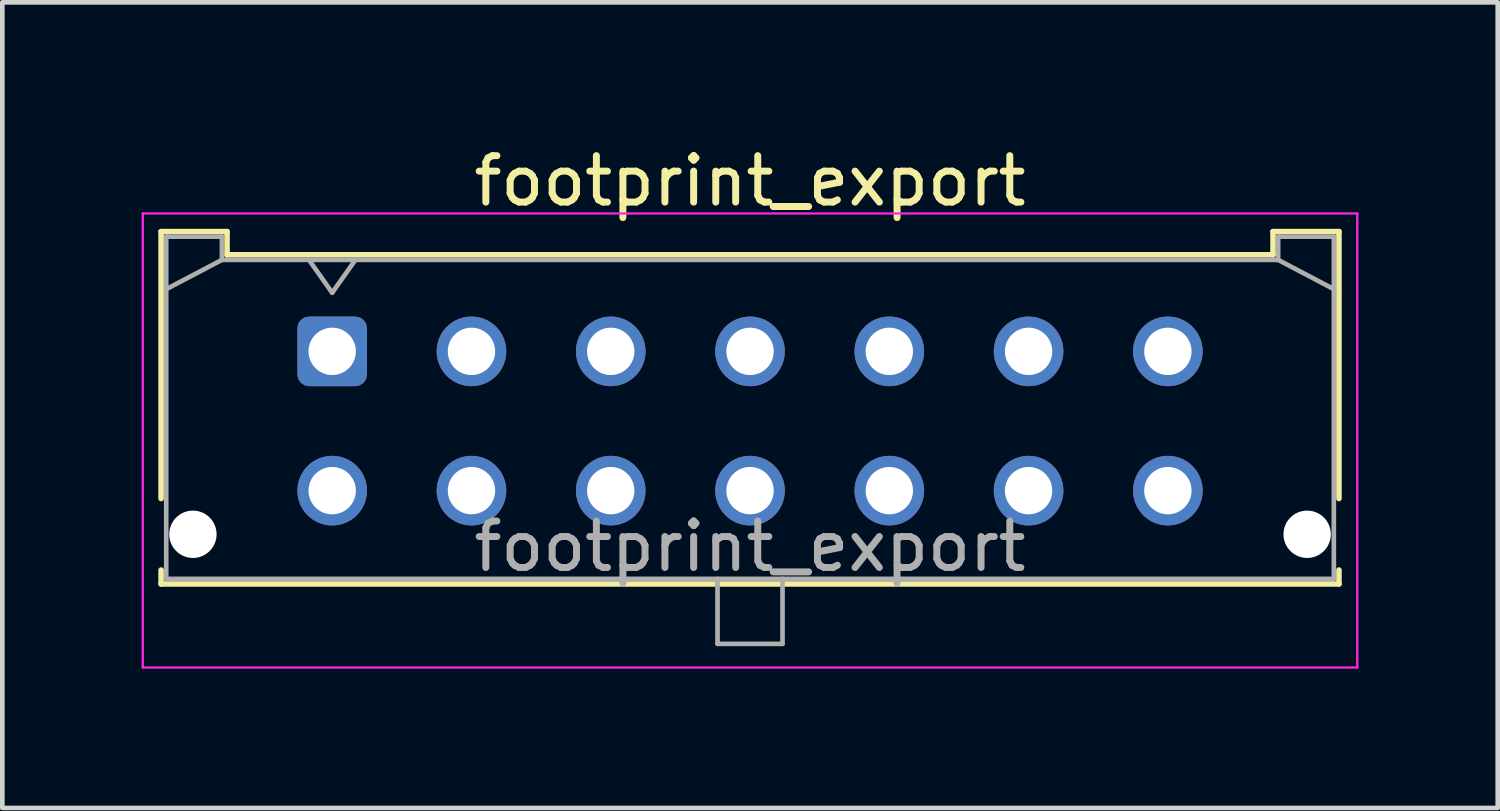
<source format=kicad_pcb>
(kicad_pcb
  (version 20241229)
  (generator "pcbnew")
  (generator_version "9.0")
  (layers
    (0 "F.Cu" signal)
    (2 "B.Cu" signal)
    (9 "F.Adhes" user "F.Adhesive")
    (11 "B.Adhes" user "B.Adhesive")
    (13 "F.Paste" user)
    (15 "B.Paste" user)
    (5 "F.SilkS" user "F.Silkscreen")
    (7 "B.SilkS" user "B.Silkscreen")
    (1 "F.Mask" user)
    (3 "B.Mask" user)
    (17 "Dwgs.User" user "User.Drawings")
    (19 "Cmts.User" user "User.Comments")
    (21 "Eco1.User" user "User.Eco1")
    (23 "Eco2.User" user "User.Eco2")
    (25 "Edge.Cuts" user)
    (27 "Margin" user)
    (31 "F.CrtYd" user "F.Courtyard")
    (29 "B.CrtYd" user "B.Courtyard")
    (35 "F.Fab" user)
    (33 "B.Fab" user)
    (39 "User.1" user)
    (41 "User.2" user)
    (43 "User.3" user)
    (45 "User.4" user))
  (footprint "footprint_export"
    (layer "F.Cu")
    (at 4.105 4.518)
    (property "Reference" "footprint_export" (at 9 -3.67 0) (layer "F.SilkS") (effects (font (size 1 1) (thickness 0.15))))
    (attr through_hole)
    (fp_line (start -3.685 -2.58) (end -2.265 -2.58) (stroke (width 0.12) (type solid)) (layer "F.SilkS"))
    (fp_line (start -3.685 3.17) (end -3.685 -2.58) (stroke (width 0.12) (type solid)) (layer "F.SilkS"))
    (fp_line (start -3.685 4.71) (end -3.685 5.01) (stroke (width 0.12) (type solid)) (layer "F.SilkS"))
    (fp_line (start -3.685 5.01) (end 21.685 5.01) (stroke (width 0.12) (type solid)) (layer "F.SilkS"))
    (fp_line (start -2.265 -2.58) (end -2.265 -2.08) (stroke (width 0.12) (type solid)) (layer "F.SilkS"))
    (fp_line (start -2.265 -2.08) (end 20.265 -2.08) (stroke (width 0.12) (type solid)) (layer "F.SilkS"))
    (fp_line (start 20.265 -2.58) (end 21.685 -2.58) (stroke (width 0.12) (type solid)) (layer "F.SilkS"))
    (fp_line (start 20.265 -2.08) (end 20.265 -2.58) (stroke (width 0.12) (type solid)) (layer "F.SilkS"))
    (fp_line (start 21.685 -2.58) (end 21.685 3.17) (stroke (width 0.12) (type solid)) (layer "F.SilkS"))
    (fp_line (start 21.685 5.01) (end 21.685 4.71) (stroke (width 0.12) (type solid)) (layer "F.SilkS"))
    (fp_line (start -4.08 -2.97) (end 22.08 -2.97) (stroke (width 0.05) (type solid)) (layer "F.CrtYd"))
    (fp_line (start -4.08 6.81) (end -4.08 -2.97) (stroke (width 0.05) (type solid)) (layer "F.CrtYd"))
    (fp_line (start 22.08 -2.97) (end 22.08 6.81) (stroke (width 0.05) (type solid)) (layer "F.CrtYd"))
    (fp_line (start 22.08 6.81) (end -4.08 6.81) (stroke (width 0.05) (type solid)) (layer "F.CrtYd"))
    (fp_line (start -3.575 -2.47) (end -3.575 4.9) (stroke (width 0.1) (type solid)) (layer "F.Fab"))
    (fp_line (start -3.575 -1.34) (end -2.375 -1.97) (stroke (width 0.1) (type solid)) (layer "F.Fab"))
    (fp_line (start -3.575 4.9) (end 21.575 4.9) (stroke (width 0.1) (type solid)) (layer "F.Fab"))
    (fp_line (start -2.375 -2.47) (end -3.575 -2.47) (stroke (width 0.1) (type solid)) (layer "F.Fab"))
    (fp_line (start -2.375 -1.97) (end -2.375 -2.47) (stroke (width 0.1) (type solid)) (layer "F.Fab"))
    (fp_line (start -0.5 -1.97) (end 0 -1.263) (stroke (width 0.1) (type solid)) (layer "F.Fab"))
    (fp_line (start 0 -1.263) (end 0.5 -1.97) (stroke (width 0.1) (type solid)) (layer "F.Fab"))
    (fp_line (start 8.3 4.9) (end 8.3 6.3) (stroke (width 0.1) (type solid)) (layer "F.Fab"))
    (fp_line (start 8.3 6.3) (end 9.7 6.3) (stroke (width 0.1) (type solid)) (layer "F.Fab"))
    (fp_line (start 9.7 6.3) (end 9.7 4.9) (stroke (width 0.1) (type solid)) (layer "F.Fab"))
    (fp_line (start 20.375 -2.47) (end 20.375 -1.97) (stroke (width 0.1) (type solid)) (layer "F.Fab"))
    (fp_line (start 20.375 -1.97) (end -2.375 -1.97) (stroke (width 0.1) (type solid)) (layer "F.Fab"))
    (fp_line (start 21.575 -2.47) (end 20.375 -2.47) (stroke (width 0.1) (type solid)) (layer "F.Fab"))
    (fp_line (start 21.575 -1.34) (end 20.375 -1.97) (stroke (width 0.1) (type solid)) (layer "F.Fab"))
    (fp_line (start 21.575 4.9) (end 21.575 -2.47) (stroke (width 0.1) (type solid)) (layer "F.Fab"))
    (fp_text user "${REFERENCE}" (at 9 4.2 0) (layer "F.Fab") (effects (font (size 1 1) (thickness 0.15))))
    (pad "" np_thru_hole circle (at -3 3.94) (size 1.02 1.02) (drill 1.02) (layers "*.Cu" "*.Mask"))
    (pad "" np_thru_hole circle (at 21 3.94) (size 1.02 1.02) (drill 1.02) (layers "*.Cu" "*.Mask"))
    (pad "1" thru_hole roundrect (at 0 0) (size 1.5 1.5) (drill 1.02) (layers "*.Cu" "*.Mask") (roundrect_rratio 0.167))
    (pad "2" thru_hole circle (at 3 0) (size 1.5 1.5) (drill 1.02) (layers "*.Cu" "*.Mask"))
    (pad "3" thru_hole circle (at 6 0) (size 1.5 1.5) (drill 1.02) (layers "*.Cu" "*.Mask"))
    (pad "4" thru_hole circle (at 9 0) (size 1.5 1.5) (drill 1.02) (layers "*.Cu" "*.Mask"))
    (pad "5" thru_hole circle (at 12 0) (size 1.5 1.5) (drill 1.02) (layers "*.Cu" "*.Mask"))
    (pad "6" thru_hole circle (at 15 0) (size 1.5 1.5) (drill 1.02) (layers "*.Cu" "*.Mask"))
    (pad "7" thru_hole circle (at 18 0) (size 1.5 1.5) (drill 1.02) (layers "*.Cu" "*.Mask"))
    (pad "8" thru_hole circle (at 0 3) (size 1.5 1.5) (drill 1.02) (layers "*.Cu" "*.Mask"))
    (pad "9" thru_hole circle (at 3 3) (size 1.5 1.5) (drill 1.02) (layers "*.Cu" "*.Mask"))
    (pad "10" thru_hole circle (at 6 3) (size 1.5 1.5) (drill 1.02) (layers "*.Cu" "*.Mask"))
    (pad "11" thru_hole circle (at 9 3) (size 1.5 1.5) (drill 1.02) (layers "*.Cu" "*.Mask"))
    (pad "12" thru_hole circle (at 12 3) (size 1.5 1.5) (drill 1.02) (layers "*.Cu" "*.Mask"))
    (pad "13" thru_hole circle (at 15 3) (size 1.5 1.5) (drill 1.02) (layers "*.Cu" "*.Mask"))
    (pad "14" thru_hole circle (at 18 3) (size 1.5 1.5) (drill 1.02) (layers "*.Cu" "*.Mask")))
  (gr_rect
    (start -3 -3)
    (end 29.21 14.353)
    (stroke (width 0.1) (type default))
    (fill no)
    (layer "Edge.Cuts")))
</source>
